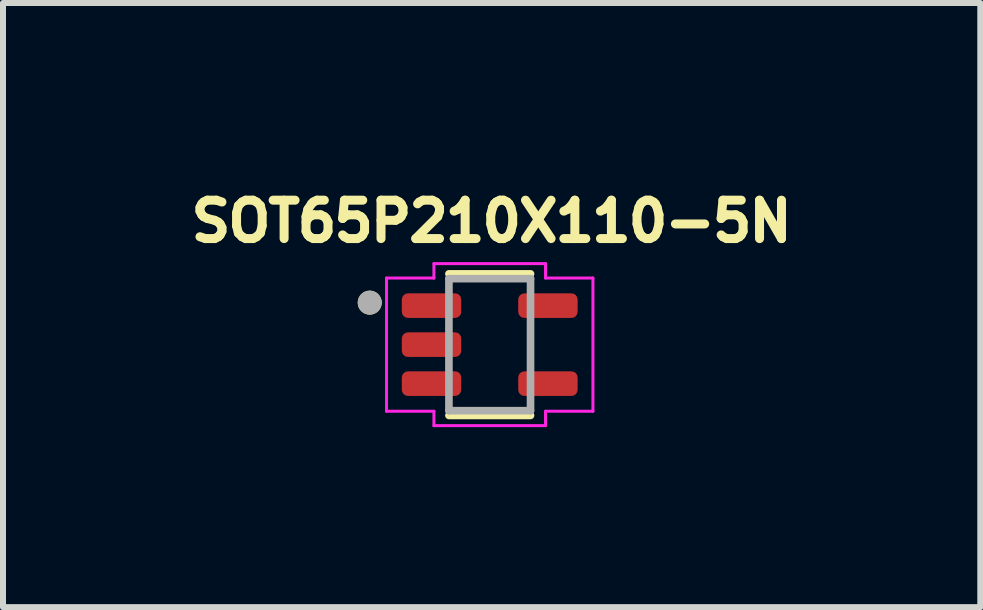
<source format=kicad_pcb>
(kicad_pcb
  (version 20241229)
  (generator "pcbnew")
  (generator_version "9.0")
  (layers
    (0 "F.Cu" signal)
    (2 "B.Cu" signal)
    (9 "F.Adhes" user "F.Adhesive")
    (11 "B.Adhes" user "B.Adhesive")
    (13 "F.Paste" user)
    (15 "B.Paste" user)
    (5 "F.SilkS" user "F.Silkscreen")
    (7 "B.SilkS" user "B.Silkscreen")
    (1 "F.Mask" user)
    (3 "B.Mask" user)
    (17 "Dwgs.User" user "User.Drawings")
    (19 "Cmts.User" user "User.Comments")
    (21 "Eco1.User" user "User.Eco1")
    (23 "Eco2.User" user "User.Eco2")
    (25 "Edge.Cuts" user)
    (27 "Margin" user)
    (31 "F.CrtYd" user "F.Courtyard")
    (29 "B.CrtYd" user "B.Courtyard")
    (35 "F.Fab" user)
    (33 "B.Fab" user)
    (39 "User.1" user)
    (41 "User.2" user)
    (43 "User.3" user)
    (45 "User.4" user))
  (footprint "SOT65P210X110-5N"
    (layer "F.Cu")
    (at 5.112 2.694)
    (property "Reference" "SOT65P210X110-5N" (at 0.032 -2.056 0) (layer "F.SilkS") (effects (font (size 0.64 0.64) (thickness 0.15))))
    (attr smd)
    (fp_line (start -0.68 1.18) (end 0.68 1.18) (stroke (width 0.127) (type solid)) (layer "F.SilkS"))
    (fp_line (start 0.68 -1.18) (end -0.68 -1.18) (stroke (width 0.127) (type solid)) (layer "F.SilkS"))
    (fp_circle (center -2 -0.7) (end -1.9 -0.7) (stroke (width 0.2) (type solid)) (fill no) (layer "F.SilkS"))
    (fp_line (start -1.72 -1.11) (end -0.93 -1.11) (stroke (width 0.05) (type solid)) (layer "F.CrtYd"))
    (fp_line (start -1.72 1.11) (end -1.72 -1.11) (stroke (width 0.05) (type solid)) (layer "F.CrtYd"))
    (fp_line (start -0.93 -1.35) (end 0.93 -1.35) (stroke (width 0.05) (type solid)) (layer "F.CrtYd"))
    (fp_line (start -0.93 -1.11) (end -0.93 -1.35) (stroke (width 0.05) (type solid)) (layer "F.CrtYd"))
    (fp_line (start -0.93 1.11) (end -1.72 1.11) (stroke (width 0.05) (type solid)) (layer "F.CrtYd"))
    (fp_line (start -0.93 1.35) (end -0.93 1.11) (stroke (width 0.05) (type solid)) (layer "F.CrtYd"))
    (fp_line (start 0.93 -1.35) (end 0.93 -1.11) (stroke (width 0.05) (type solid)) (layer "F.CrtYd"))
    (fp_line (start 0.93 -1.11) (end 1.72 -1.11) (stroke (width 0.05) (type solid)) (layer "F.CrtYd"))
    (fp_line (start 0.93 1.11) (end 0.93 1.35) (stroke (width 0.05) (type solid)) (layer "F.CrtYd"))
    (fp_line (start 0.93 1.35) (end -0.93 1.35) (stroke (width 0.05) (type solid)) (layer "F.CrtYd"))
    (fp_line (start 1.72 -1.11) (end 1.72 1.11) (stroke (width 0.05) (type solid)) (layer "F.CrtYd"))
    (fp_line (start 1.72 1.11) (end 0.93 1.11) (stroke (width 0.05) (type solid)) (layer "F.CrtYd"))
    (fp_line (start -0.68 -1.1) (end -0.68 1.1) (stroke (width 0.127) (type solid)) (layer "F.Fab"))
    (fp_line (start -0.68 1.1) (end 0.68 1.1) (stroke (width 0.127) (type solid)) (layer "F.Fab"))
    (fp_line (start 0.68 -1.1) (end -0.68 -1.1) (stroke (width 0.127) (type solid)) (layer "F.Fab"))
    (fp_line (start 0.68 1.1) (end 0.68 -1.1) (stroke (width 0.127) (type solid)) (layer "F.Fab"))
    (fp_circle (center -2 -0.7) (end -1.9 -0.7) (stroke (width 0.2) (type solid)) (fill no) (layer "F.Fab"))
    (pad "1" smd roundrect (at -0.97 -0.65) (size 0.99 0.41) (layers "F.Cu" "F.Mask" "F.Paste") (roundrect_rratio 0.25))
    (pad "2" smd roundrect (at -0.97 0) (size 0.99 0.41) (layers "F.Cu" "F.Mask" "F.Paste") (roundrect_rratio 0.25))
    (pad "3" smd roundrect (at -0.97 0.65) (size 0.99 0.41) (layers "F.Cu" "F.Mask" "F.Paste") (roundrect_rratio 0.25))
    (pad "4" smd roundrect (at 0.97 0.65) (size 0.99 0.41) (layers "F.Cu" "F.Mask" "F.Paste") (roundrect_rratio 0.25))
    (pad "5" smd roundrect (at 0.97 -0.65) (size 0.99 0.41) (layers "F.Cu" "F.Mask" "F.Paste") (roundrect_rratio 0.25)))
  (gr_rect
    (start -3 -3)
    (end 13.288 7.069)
    (stroke (width 0.1) (type default))
    (fill no)
    (layer "Edge.Cuts")))
</source>
